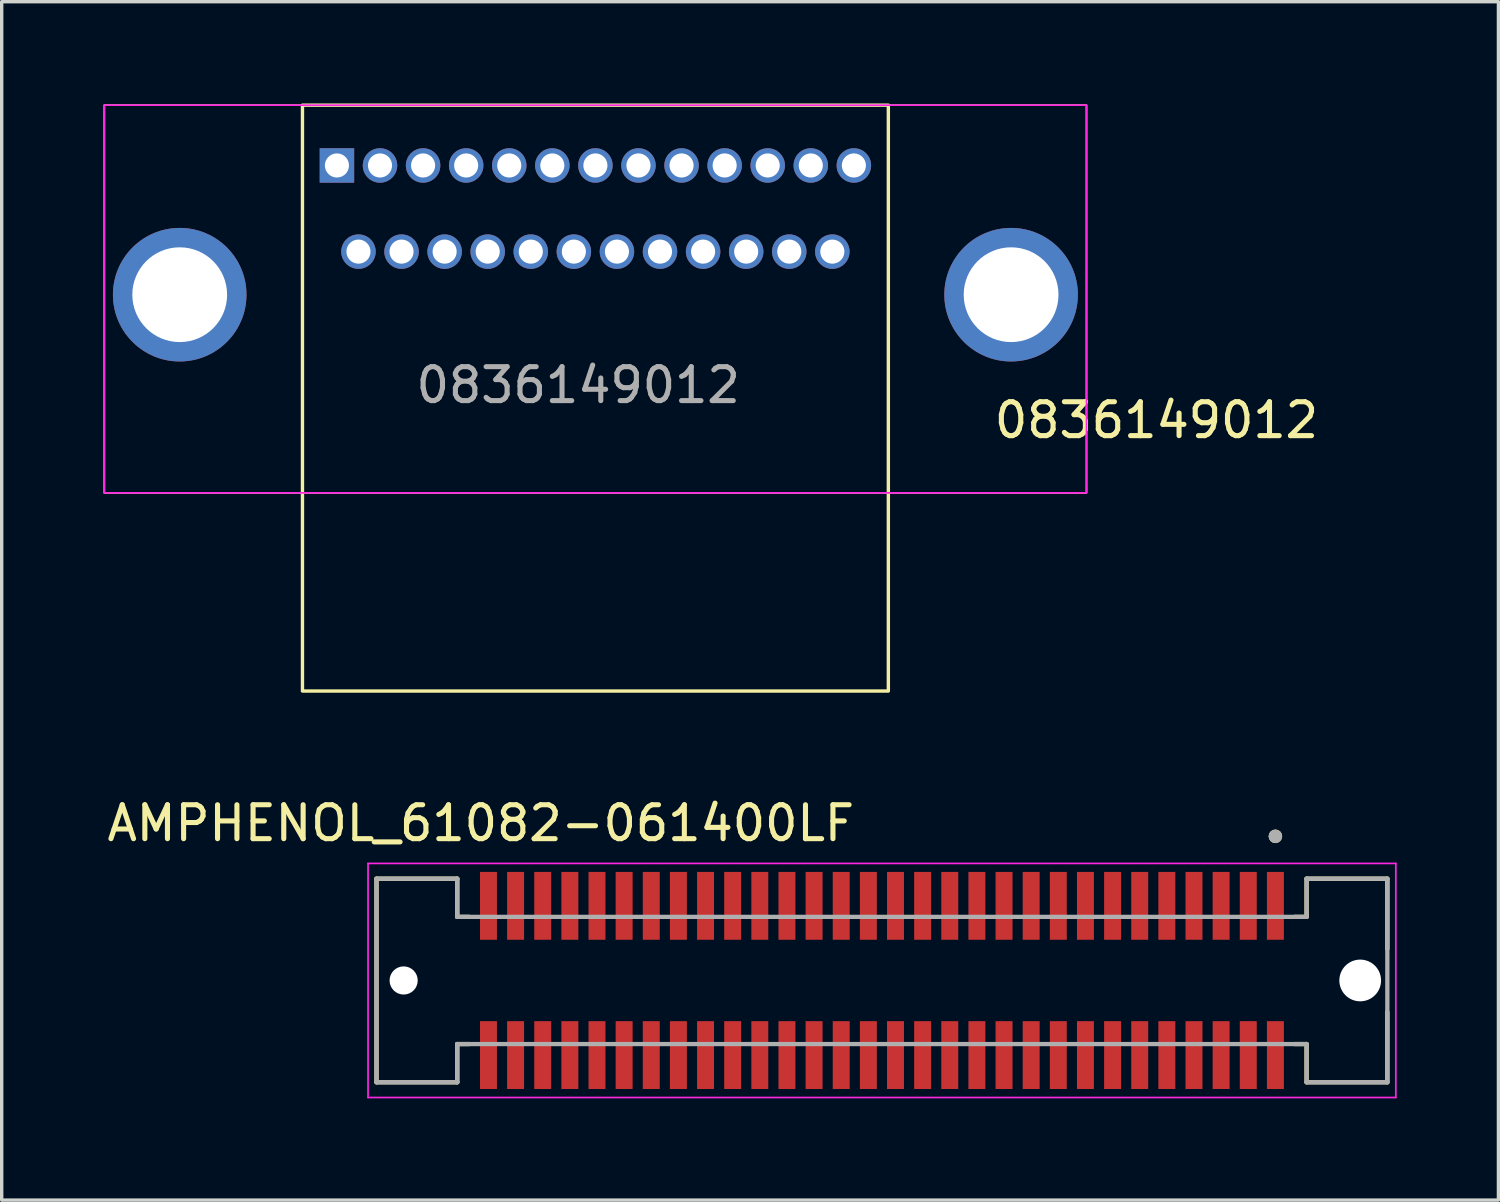
<source format=kicad_pcb>
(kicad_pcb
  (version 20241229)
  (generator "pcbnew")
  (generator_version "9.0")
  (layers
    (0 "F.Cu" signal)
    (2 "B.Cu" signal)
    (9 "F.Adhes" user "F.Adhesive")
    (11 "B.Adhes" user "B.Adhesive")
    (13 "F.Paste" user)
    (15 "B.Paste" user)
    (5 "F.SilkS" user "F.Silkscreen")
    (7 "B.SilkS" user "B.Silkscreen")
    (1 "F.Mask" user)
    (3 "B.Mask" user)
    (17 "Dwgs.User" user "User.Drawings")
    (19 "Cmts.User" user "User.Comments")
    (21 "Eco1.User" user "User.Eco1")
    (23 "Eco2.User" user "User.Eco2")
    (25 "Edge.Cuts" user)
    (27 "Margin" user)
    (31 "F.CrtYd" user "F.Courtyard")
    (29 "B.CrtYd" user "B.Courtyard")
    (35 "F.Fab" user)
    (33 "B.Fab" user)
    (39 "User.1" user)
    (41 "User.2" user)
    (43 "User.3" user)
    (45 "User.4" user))
  (footprint "AMPHENOL_61082-061400LF"
    (layer "F.Cu")
    (at 22.95 25.855)
    (property "Reference" "AMPHENOL_61082-061400LF" (at -11.825 -4.635 0) (layer "F.SilkS") (effects (font (size 1 1) (thickness 0.15))))
    (attr smd)
    (fp_line (start -14.9 -3) (end -14.9 3) (stroke (width 0.127) (type solid)) (layer "F.SilkS"))
    (fp_line (start -14.9 3) (end -12.52 3) (stroke (width 0.127) (type solid)) (layer "F.SilkS"))
    (fp_line (start -12.52 -3) (end -14.9 -3) (stroke (width 0.127) (type solid)) (layer "F.SilkS"))
    (fp_line (start -12.52 -1.875) (end -12.52 -3) (stroke (width 0.127) (type solid)) (layer "F.SilkS"))
    (fp_line (start -12.52 1.875) (end -12.17 1.875) (stroke (width 0.127) (type solid)) (layer "F.SilkS"))
    (fp_line (start -12.52 3) (end -12.52 1.875) (stroke (width 0.127) (type solid)) (layer "F.SilkS"))
    (fp_line (start -12.17 -1.875) (end -12.52 -1.875) (stroke (width 0.127) (type solid)) (layer "F.SilkS"))
    (fp_line (start 12.17 1.875) (end 12.52 1.875) (stroke (width 0.127) (type solid)) (layer "F.SilkS"))
    (fp_line (start 12.52 -3) (end 12.52 -1.875) (stroke (width 0.127) (type solid)) (layer "F.SilkS"))
    (fp_line (start 12.52 -1.875) (end 12.17 -1.875) (stroke (width 0.127) (type solid)) (layer "F.SilkS"))
    (fp_line (start 12.52 1.875) (end 12.52 3) (stroke (width 0.127) (type solid)) (layer "F.SilkS"))
    (fp_line (start 12.52 3) (end 14.9 3) (stroke (width 0.127) (type solid)) (layer "F.SilkS"))
    (fp_line (start 14.9 -3) (end 12.52 -3) (stroke (width 0.127) (type solid)) (layer "F.SilkS"))
    (fp_line (start 14.9 -0.93) (end 14.9 -3) (stroke (width 0.127) (type solid)) (layer "F.SilkS"))
    (fp_line (start 14.9 3) (end 14.9 0.93) (stroke (width 0.127) (type solid)) (layer "F.SilkS"))
    (fp_circle (center 11.6 -4.25) (end 11.7 -4.25) (stroke (width 0.2) (type solid)) (fill no) (layer "F.SilkS"))
    (fp_line (start -15.15 -3.45) (end -15.15 3.45) (stroke (width 0.05) (type solid)) (layer "F.CrtYd"))
    (fp_line (start -15.15 3.45) (end 15.15 3.45) (stroke (width 0.05) (type solid)) (layer "F.CrtYd"))
    (fp_line (start 15.15 -3.45) (end -15.15 -3.45) (stroke (width 0.05) (type solid)) (layer "F.CrtYd"))
    (fp_line (start 15.15 3.45) (end 15.15 -3.45) (stroke (width 0.05) (type solid)) (layer "F.CrtYd"))
    (fp_line (start -14.9 -3) (end -14.9 3) (stroke (width 0.127) (type solid)) (layer "F.Fab"))
    (fp_line (start -14.9 3) (end -12.52 3) (stroke (width 0.127) (type solid)) (layer "F.Fab"))
    (fp_line (start -12.52 -3) (end -14.9 -3) (stroke (width 0.127) (type solid)) (layer "F.Fab"))
    (fp_line (start -12.52 -1.875) (end -12.52 -3) (stroke (width 0.127) (type solid)) (layer "F.Fab"))
    (fp_line (start -12.52 1.875) (end 12.52 1.875) (stroke (width 0.127) (type solid)) (layer "F.Fab"))
    (fp_line (start -12.52 3) (end -12.52 1.875) (stroke (width 0.127) (type solid)) (layer "F.Fab"))
    (fp_line (start 12.52 -3) (end 12.52 -1.875) (stroke (width 0.127) (type solid)) (layer "F.Fab"))
    (fp_line (start 12.52 -1.875) (end -12.52 -1.875) (stroke (width 0.127) (type solid)) (layer "F.Fab"))
    (fp_line (start 12.52 1.875) (end 12.52 3) (stroke (width 0.127) (type solid)) (layer "F.Fab"))
    (fp_line (start 12.52 3) (end 14.9 3) (stroke (width 0.127) (type solid)) (layer "F.Fab"))
    (fp_line (start 14.9 -3) (end 12.52 -3) (stroke (width 0.127) (type solid)) (layer "F.Fab"))
    (fp_line (start 14.9 3) (end 14.9 -3) (stroke (width 0.127) (type solid)) (layer "F.Fab"))
    (fp_circle (center 11.6 -4.25) (end 11.7 -4.25) (stroke (width 0.2) (type solid)) (fill no) (layer "F.Fab"))
    (pad "" np_thru_hole circle (at -14.1 0) (size 0.83 0.83) (drill 0.83) (layers "*.Cu" "*.Mask"))
    (pad "" np_thru_hole circle (at 14.1 0) (size 1.23 1.23) (drill 1.23) (layers "*.Cu" "*.Mask"))
    (pad "1" smd rect (at 11.6 -2.2) (size 0.5 2) (layers "F.Cu" "F.Mask" "F.Paste"))
    (pad "2" smd rect (at 11.6 2.2) (size 0.5 2) (layers "F.Cu" "F.Mask" "F.Paste"))
    (pad "3" smd rect (at 10.8 -2.2) (size 0.5 2) (layers "F.Cu" "F.Mask" "F.Paste"))
    (pad "4" smd rect (at 10.8 2.2) (size 0.5 2) (layers "F.Cu" "F.Mask" "F.Paste"))
    (pad "5" smd rect (at 10 -2.2) (size 0.5 2) (layers "F.Cu" "F.Mask" "F.Paste"))
    (pad "6" smd rect (at 10 2.2) (size 0.5 2) (layers "F.Cu" "F.Mask" "F.Paste"))
    (pad "7" smd rect (at 9.2 -2.2) (size 0.5 2) (layers "F.Cu" "F.Mask" "F.Paste"))
    (pad "8" smd rect (at 9.2 2.2) (size 0.5 2) (layers "F.Cu" "F.Mask" "F.Paste"))
    (pad "9" smd rect (at 8.4 -2.2) (size 0.5 2) (layers "F.Cu" "F.Mask" "F.Paste"))
    (pad "10" smd rect (at 8.4 2.2) (size 0.5 2) (layers "F.Cu" "F.Mask" "F.Paste"))
    (pad "11" smd rect (at 7.6 -2.2) (size 0.5 2) (layers "F.Cu" "F.Mask" "F.Paste"))
    (pad "12" smd rect (at 7.6 2.2) (size 0.5 2) (layers "F.Cu" "F.Mask" "F.Paste"))
    (pad "13" smd rect (at 6.8 -2.2) (size 0.5 2) (layers "F.Cu" "F.Mask" "F.Paste"))
    (pad "14" smd rect (at 6.8 2.2) (size 0.5 2) (layers "F.Cu" "F.Mask" "F.Paste"))
    (pad "15" smd rect (at 6 -2.2) (size 0.5 2) (layers "F.Cu" "F.Mask" "F.Paste"))
    (pad "16" smd rect (at 6 2.2) (size 0.5 2) (layers "F.Cu" "F.Mask" "F.Paste"))
    (pad "17" smd rect (at 5.2 -2.2) (size 0.5 2) (layers "F.Cu" "F.Mask" "F.Paste"))
    (pad "18" smd rect (at 5.2 2.2) (size 0.5 2) (layers "F.Cu" "F.Mask" "F.Paste"))
    (pad "19" smd rect (at 4.4 -2.2) (size 0.5 2) (layers "F.Cu" "F.Mask" "F.Paste"))
    (pad "20" smd rect (at 4.4 2.2) (size 0.5 2) (layers "F.Cu" "F.Mask" "F.Paste"))
    (pad "21" smd rect (at 3.6 -2.2) (size 0.5 2) (layers "F.Cu" "F.Mask" "F.Paste"))
    (pad "22" smd rect (at 3.6 2.2) (size 0.5 2) (layers "F.Cu" "F.Mask" "F.Paste"))
    (pad "23" smd rect (at 2.8 -2.2) (size 0.5 2) (layers "F.Cu" "F.Mask" "F.Paste"))
    (pad "24" smd rect (at 2.8 2.2) (size 0.5 2) (layers "F.Cu" "F.Mask" "F.Paste"))
    (pad "25" smd rect (at 2 -2.2) (size 0.5 2) (layers "F.Cu" "F.Mask" "F.Paste"))
    (pad "26" smd rect (at 2 2.2) (size 0.5 2) (layers "F.Cu" "F.Mask" "F.Paste"))
    (pad "27" smd rect (at 1.2 -2.2) (size 0.5 2) (layers "F.Cu" "F.Mask" "F.Paste"))
    (pad "28" smd rect (at 1.2 2.2) (size 0.5 2) (layers "F.Cu" "F.Mask" "F.Paste"))
    (pad "29" smd rect (at 0.4 -2.2) (size 0.5 2) (layers "F.Cu" "F.Mask" "F.Paste"))
    (pad "30" smd rect (at 0.4 2.2) (size 0.5 2) (layers "F.Cu" "F.Mask" "F.Paste"))
    (pad "31" smd rect (at -0.4 -2.2) (size 0.5 2) (layers "F.Cu" "F.Mask" "F.Paste"))
    (pad "32" smd rect (at -0.4 2.2) (size 0.5 2) (layers "F.Cu" "F.Mask" "F.Paste"))
    (pad "33" smd rect (at -1.2 -2.2) (size 0.5 2) (layers "F.Cu" "F.Mask" "F.Paste"))
    (pad "34" smd rect (at -1.2 2.2) (size 0.5 2) (layers "F.Cu" "F.Mask" "F.Paste"))
    (pad "35" smd rect (at -2 -2.2) (size 0.5 2) (layers "F.Cu" "F.Mask" "F.Paste"))
    (pad "36" smd rect (at -2 2.2) (size 0.5 2) (layers "F.Cu" "F.Mask" "F.Paste"))
    (pad "37" smd rect (at -2.8 -2.2) (size 0.5 2) (layers "F.Cu" "F.Mask" "F.Paste"))
    (pad "38" smd rect (at -2.8 2.2) (size 0.5 2) (layers "F.Cu" "F.Mask" "F.Paste"))
    (pad "39" smd rect (at -3.6 -2.2) (size 0.5 2) (layers "F.Cu" "F.Mask" "F.Paste"))
    (pad "40" smd rect (at -3.6 2.2) (size 0.5 2) (layers "F.Cu" "F.Mask" "F.Paste"))
    (pad "41" smd rect (at -4.4 -2.2) (size 0.5 2) (layers "F.Cu" "F.Mask" "F.Paste"))
    (pad "42" smd rect (at -4.4 2.2) (size 0.5 2) (layers "F.Cu" "F.Mask" "F.Paste"))
    (pad "43" smd rect (at -5.2 -2.2) (size 0.5 2) (layers "F.Cu" "F.Mask" "F.Paste"))
    (pad "44" smd rect (at -5.2 2.2) (size 0.5 2) (layers "F.Cu" "F.Mask" "F.Paste"))
    (pad "45" smd rect (at -6 -2.2) (size 0.5 2) (layers "F.Cu" "F.Mask" "F.Paste"))
    (pad "46" smd rect (at -6 2.2) (size 0.5 2) (layers "F.Cu" "F.Mask" "F.Paste"))
    (pad "47" smd rect (at -6.8 -2.2) (size 0.5 2) (layers "F.Cu" "F.Mask" "F.Paste"))
    (pad "48" smd rect (at -6.8 2.2) (size 0.5 2) (layers "F.Cu" "F.Mask" "F.Paste"))
    (pad "49" smd rect (at -7.6 -2.2) (size 0.5 2) (layers "F.Cu" "F.Mask" "F.Paste"))
    (pad "50" smd rect (at -7.6 2.2) (size 0.5 2) (layers "F.Cu" "F.Mask" "F.Paste"))
    (pad "51" smd rect (at -8.4 -2.2) (size 0.5 2) (layers "F.Cu" "F.Mask" "F.Paste"))
    (pad "52" smd rect (at -8.4 2.2) (size 0.5 2) (layers "F.Cu" "F.Mask" "F.Paste"))
    (pad "53" smd rect (at -9.2 -2.2) (size 0.5 2) (layers "F.Cu" "F.Mask" "F.Paste"))
    (pad "54" smd rect (at -9.2 2.2) (size 0.5 2) (layers "F.Cu" "F.Mask" "F.Paste"))
    (pad "55" smd rect (at -10 -2.2) (size 0.5 2) (layers "F.Cu" "F.Mask" "F.Paste"))
    (pad "56" smd rect (at -10 2.2) (size 0.5 2) (layers "F.Cu" "F.Mask" "F.Paste"))
    (pad "57" smd rect (at -10.8 -2.2) (size 0.5 2) (layers "F.Cu" "F.Mask" "F.Paste"))
    (pad "58" smd rect (at -10.8 2.2) (size 0.5 2) (layers "F.Cu" "F.Mask" "F.Paste"))
    (pad "59" smd rect (at -11.6 -2.2) (size 0.5 2) (layers "F.Cu" "F.Mask" "F.Paste"))
    (pad "60" smd rect (at -11.6 2.2) (size 0.5 2) (layers "F.Cu" "F.Mask" "F.Paste")))
  (footprint "0836149012"
    (layer "F.Cu")
    (at 14.503 1.828)
    (property "Reference" "0836149012" (at 16.54 7.51 180) (layer "F.SilkS") (effects (font (size 1 1) (thickness 0.15))))
    (attr through_hole)
    (fp_rect (start -14.478 -1.778) (end 14.478 9.652) (stroke (width 0.05) (type default)) (fill no) (layer "F.SilkS"))
    (fp_rect (start -8.636 -1.778) (end 8.636 15.494) (stroke (width 0.1) (type default)) (fill no) (layer "F.SilkS"))
    (fp_rect (start -14.478 -1.778) (end 14.478 9.652) (stroke (width 0.05) (type default)) (fill no) (layer "F.CrtYd"))
    (fp_text user "${REFERENCE}" (at -0.508 6.477 180) (layer "F.Fab") (effects (font (size 1 1) (thickness 0.15))))
    (pad "1" thru_hole rect (at -7.62 0 180) (size 1.016 1.016) (drill 0.711) (layers "*.Cu" "*.Mask"))
    (pad "2" thru_hole circle (at -6.35 0) (size 1.016 1.016) (drill 0.711) (layers "*.Cu" "*.Mask"))
    (pad "3" thru_hole circle (at -5.08 0) (size 1.016 1.016) (drill 0.711) (layers "*.Cu" "*.Mask"))
    (pad "4" thru_hole circle (at -3.81 0) (size 1.016 1.016) (drill 0.711) (layers "*.Cu" "*.Mask"))
    (pad "5" thru_hole circle (at -2.54 0) (size 1.016 1.016) (drill 0.711) (layers "*.Cu" "*.Mask"))
    (pad "6" thru_hole circle (at -1.27 0) (size 1.016 1.016) (drill 0.711) (layers "*.Cu" "*.Mask"))
    (pad "7" thru_hole circle (at 0 0) (size 1.016 1.016) (drill 0.711) (layers "*.Cu" "*.Mask"))
    (pad "8" thru_hole circle (at 1.27 0) (size 1.016 1.016) (drill 0.711) (layers "*.Cu" "*.Mask"))
    (pad "9" thru_hole circle (at 2.54 0) (size 1.016 1.016) (drill 0.711) (layers "*.Cu" "*.Mask"))
    (pad "10" thru_hole circle (at 3.81 0) (size 1.016 1.016) (drill 0.711) (layers "*.Cu" "*.Mask"))
    (pad "11" thru_hole circle (at 5.08 0) (size 1.016 1.016) (drill 0.711) (layers "*.Cu" "*.Mask"))
    (pad "12" thru_hole circle (at 6.35 0) (size 1.016 1.016) (drill 0.711) (layers "*.Cu" "*.Mask"))
    (pad "13" thru_hole circle (at 7.62 0) (size 1.016 1.016) (drill 0.711) (layers "*.Cu" "*.Mask"))
    (pad "14" thru_hole circle (at -6.985 2.54) (size 1.016 1.016) (drill 0.711) (layers "*.Cu" "*.Mask"))
    (pad "15" thru_hole circle (at -5.715 2.54) (size 1.016 1.016) (drill 0.711) (layers "*.Cu" "*.Mask"))
    (pad "16" thru_hole circle (at -4.445 2.54) (size 1.016 1.016) (drill 0.711) (layers "*.Cu" "*.Mask"))
    (pad "17" thru_hole circle (at -3.175 2.54) (size 1.016 1.016) (drill 0.711) (layers "*.Cu" "*.Mask"))
    (pad "18" thru_hole circle (at -1.905 2.54) (size 1.016 1.016) (drill 0.711) (layers "*.Cu" "*.Mask"))
    (pad "19" thru_hole circle (at -0.635 2.54) (size 1.016 1.016) (drill 0.711) (layers "*.Cu" "*.Mask"))
    (pad "20" thru_hole circle (at 0.635 2.54) (size 1.016 1.016) (drill 0.711) (layers "*.Cu" "*.Mask"))
    (pad "21" thru_hole circle (at 1.905 2.54) (size 1.016 1.016) (drill 0.711) (layers "*.Cu" "*.Mask"))
    (pad "22" thru_hole circle (at 3.175 2.54) (size 1.016 1.016) (drill 0.711) (layers "*.Cu" "*.Mask"))
    (pad "23" thru_hole circle (at 4.445 2.54) (size 1.016 1.016) (drill 0.711) (layers "*.Cu" "*.Mask"))
    (pad "24" thru_hole circle (at 5.715 2.54) (size 1.016 1.016) (drill 0.711) (layers "*.Cu" "*.Mask"))
    (pad "25" thru_hole circle (at 6.985 2.54) (size 1.016 1.016) (drill 0.711) (layers "*.Cu" "*.Mask"))
    (pad "26" thru_hole circle (at 12.255 3.81 180) (size 3.937 3.937) (drill 2.794) (layers "*.Cu" "*.Mask"))
    (pad "27" thru_hole circle (at -12.255 3.81 180) (size 3.937 3.937) (drill 2.794) (layers "*.Cu" "*.Mask")))
  (gr_rect
    (start -3 -3)
    (end 41.125 32.33)
    (stroke (width 0.1) (type default))
    (fill no)
    (layer "Edge.Cuts")))
</source>
